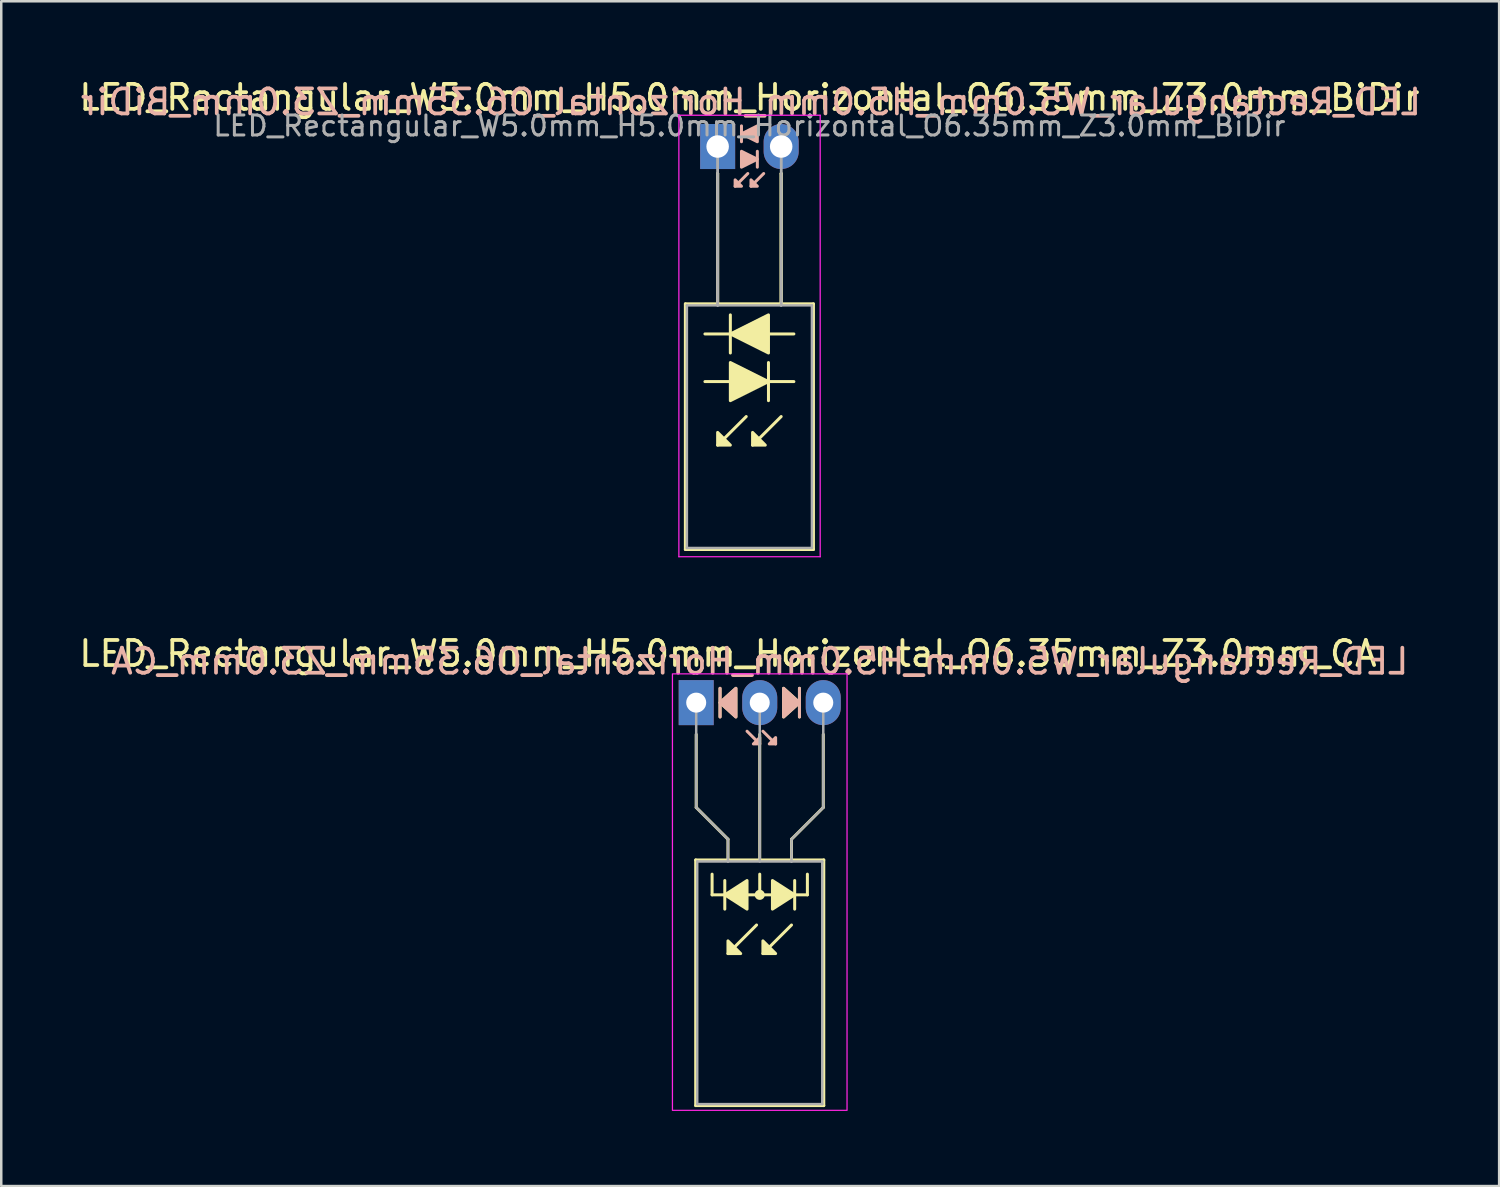
<source format=kicad_pcb>
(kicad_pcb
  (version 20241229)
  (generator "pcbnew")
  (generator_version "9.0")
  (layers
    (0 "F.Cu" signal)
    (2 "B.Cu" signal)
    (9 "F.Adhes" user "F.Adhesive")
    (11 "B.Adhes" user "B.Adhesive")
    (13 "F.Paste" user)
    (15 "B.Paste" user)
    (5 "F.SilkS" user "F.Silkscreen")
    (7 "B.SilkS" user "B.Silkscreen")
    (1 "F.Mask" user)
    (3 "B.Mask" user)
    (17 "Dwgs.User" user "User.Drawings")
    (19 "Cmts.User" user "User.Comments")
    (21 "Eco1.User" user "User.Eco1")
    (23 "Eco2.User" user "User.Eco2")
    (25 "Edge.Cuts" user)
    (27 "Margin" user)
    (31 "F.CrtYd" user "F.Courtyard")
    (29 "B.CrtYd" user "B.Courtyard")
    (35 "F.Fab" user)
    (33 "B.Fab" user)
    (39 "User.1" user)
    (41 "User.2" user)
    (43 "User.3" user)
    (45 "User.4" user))
  (footprint "LED_Rectangular_W5.0mm_H5.0mm_Horizontal_O6.35mm_Z3.0mm_CA"
    (layer "F.Cu")
    (at 24.784 25.041)
    (property "Reference" "LED_Rectangular_W5.0mm_H5.0mm_Horizontal_O6.35mm_Z3.0mm_CA" (at 1.27 -1.96 0) (layer "F.SilkS") (effects (font (size 1 1) (thickness 0.15))))
    (fp_line (start -0.02 6.29) (end -0.02 16.11) (stroke (width 0.12) (type solid)) (layer "F.SilkS"))
    (fp_line (start -0.02 16.11) (end 5.1 16.11) (stroke (width 0.12) (type solid)) (layer "F.SilkS"))
    (fp_line (start 0 1.27) (end 0 4.191) (stroke (width 0.12) (type default)) (layer "F.SilkS"))
    (fp_line (start 0 4.191) (end 1.27 5.461) (stroke (width 0.12) (type default)) (layer "F.SilkS"))
    (fp_line (start 0.635 7.684) (end 0.635 6.858) (stroke (width 0.12) (type default)) (layer "F.SilkS"))
    (fp_line (start 0.635 7.684) (end 4.445 7.684) (stroke (width 0.12) (type default)) (layer "F.SilkS"))
    (fp_line (start 0.953 -0.572) (end 0.953 0.572) (stroke (width 0.12) (type solid)) (layer "F.SilkS"))
    (fp_line (start 1.143 7.112) (end 1.143 8.255) (stroke (width 0.12) (type solid)) (layer "F.SilkS"))
    (fp_line (start 1.27 5.461) (end 1.27 6.29) (stroke (width 0.12) (type default)) (layer "F.SilkS"))
    (fp_line (start 1.27 6.29) (end 1.27 6.29) (stroke (width 0.12) (type solid)) (layer "F.SilkS"))
    (fp_line (start 2.413 8.89) (end 1.27 10.033) (stroke (width 0.12) (type solid)) (layer "F.SilkS"))
    (fp_line (start 2.54 6.29) (end 2.54 1.27) (stroke (width 0.12) (type default)) (layer "F.SilkS"))
    (fp_line (start 2.54 7.684) (end 2.54 6.858) (stroke (width 0.12) (type default)) (layer "F.SilkS"))
    (fp_line (start 3.81 5.461) (end 3.81 6.29) (stroke (width 0.12) (type default)) (layer "F.SilkS"))
    (fp_line (start 3.81 6.29) (end 3.81 6.29) (stroke (width 0.12) (type solid)) (layer "F.SilkS"))
    (fp_line (start 3.81 8.89) (end 2.667 10.033) (stroke (width 0.12) (type solid)) (layer "F.SilkS"))
    (fp_line (start 3.937 8.255) (end 3.937 7.112) (stroke (width 0.12) (type solid)) (layer "F.SilkS"))
    (fp_line (start 4.128 0.572) (end 4.128 -0.572) (stroke (width 0.12) (type solid)) (layer "F.SilkS"))
    (fp_line (start 4.445 7.684) (end 4.445 6.858) (stroke (width 0.12) (type default)) (layer "F.SilkS"))
    (fp_line (start 5.08 1.27) (end 5.08 4.191) (stroke (width 0.12) (type default)) (layer "F.SilkS"))
    (fp_line (start 5.08 4.191) (end 3.81 5.461) (stroke (width 0.12) (type default)) (layer "F.SilkS"))
    (fp_line (start 5.1 6.29) (end -0.02 6.29) (stroke (width 0.12) (type solid)) (layer "F.SilkS"))
    (fp_line (start 5.1 16.11) (end 5.1 6.29) (stroke (width 0.12) (type solid)) (layer "F.SilkS"))
    (fp_circle (center 2.54 7.684) (end 2.682 7.684) (stroke (width 0.12) (type solid)) (fill yes) (layer "F.SilkS"))
    (fp_poly (pts (xy 1.27 9.525) (xy 1.778 10.033) (xy 1.27 10.033)) (stroke (width 0.12) (type solid)) (fill yes) (layer "F.SilkS"))
    (fp_poly (pts (xy 1.587 0.572) (xy 0.953 0) (xy 1.587 -0.572)) (stroke (width 0.12) (type solid)) (fill yes) (layer "F.SilkS"))
    (fp_poly (pts (xy 2.032 8.255) (xy 1.143 7.684) (xy 2.032 7.112)) (stroke (width 0.12) (type solid)) (fill yes) (layer "F.SilkS"))
    (fp_poly (pts (xy 2.667 9.525) (xy 3.175 10.033) (xy 2.667 10.033)) (stroke (width 0.12) (type solid)) (fill yes) (layer "F.SilkS"))
    (fp_poly (pts (xy 3.048 7.112) (xy 3.937 7.684) (xy 3.048 8.255)) (stroke (width 0.12) (type solid)) (fill yes) (layer "F.SilkS"))
    (fp_poly (pts (xy 3.493 -0.572) (xy 4.128 0) (xy 3.493 0.572)) (stroke (width 0.12) (type solid)) (fill yes) (layer "F.SilkS"))
    (fp_line (start 0.953 -0.572) (end 0.953 0.572) (stroke (width 0.12) (type solid)) (layer "B.SilkS"))
    (fp_line (start 2.54 1.651) (end 2.032 1.143) (stroke (width 0.12) (type solid)) (layer "B.SilkS"))
    (fp_line (start 3.175 1.651) (end 2.667 1.143) (stroke (width 0.12) (type solid)) (layer "B.SilkS"))
    (fp_line (start 4.128 0.572) (end 4.128 -0.572) (stroke (width 0.12) (type solid)) (layer "B.SilkS"))
    (fp_poly (pts (xy 1.587 0.572) (xy 0.953 0) (xy 1.587 -0.572)) (stroke (width 0.12) (type solid)) (fill yes) (layer "B.SilkS"))
    (fp_poly (pts (xy 2.54 1.397) (xy 2.286 1.651) (xy 2.54 1.651)) (stroke (width 0.12) (type solid)) (fill yes) (layer "B.SilkS"))
    (fp_poly (pts (xy 3.175 1.397) (xy 2.921 1.651) (xy 3.175 1.651)) (stroke (width 0.12) (type solid)) (fill yes) (layer "B.SilkS"))
    (fp_poly (pts (xy 3.493 0.572) (xy 4.128 0) (xy 3.493 -0.572)) (stroke (width 0.12) (type solid)) (fill yes) (layer "B.SilkS"))
    (fp_rect (start -0.95 -1.15) (end 6.03 16.3) (stroke (width 0.05) (type default)) (fill no) (layer "F.CrtYd"))
    (fp_line (start 0 0) (end 0 0) (stroke (width 0.1) (type solid)) (layer "F.Fab"))
    (fp_line (start 0 4.191) (end 0 0) (stroke (width 0.1) (type default)) (layer "F.Fab"))
    (fp_line (start 0.04 6.35) (end 0.04 16.05) (stroke (width 0.1) (type solid)) (layer "F.Fab"))
    (fp_line (start 0.04 16.05) (end 5.04 16.05) (stroke (width 0.1) (type solid)) (layer "F.Fab"))
    (fp_line (start 1.27 5.461) (end 0 4.191) (stroke (width 0.1) (type default)) (layer "F.Fab"))
    (fp_line (start 1.27 5.461) (end 1.27 6.35) (stroke (width 0.1) (type default)) (layer "F.Fab"))
    (fp_line (start 1.27 6.35) (end 1.27 6.35) (stroke (width 0.1) (type solid)) (layer "F.Fab"))
    (fp_line (start 2.54 0) (end 2.54 0) (stroke (width 0.1) (type solid)) (layer "F.Fab"))
    (fp_line (start 2.54 0) (end 2.54 6.35) (stroke (width 0.1) (type default)) (layer "F.Fab"))
    (fp_line (start 3.81 5.461) (end 3.81 6.35) (stroke (width 0.1) (type default)) (layer "F.Fab"))
    (fp_line (start 3.81 5.461) (end 5.08 4.191) (stroke (width 0.1) (type default)) (layer "F.Fab"))
    (fp_line (start 3.81 6.35) (end 3.81 6.35) (stroke (width 0.1) (type solid)) (layer "F.Fab"))
    (fp_line (start 5.04 6.35) (end 0.04 6.35) (stroke (width 0.1) (type solid)) (layer "F.Fab"))
    (fp_line (start 5.04 16.05) (end 5.04 6.35) (stroke (width 0.1) (type solid)) (layer "F.Fab"))
    (fp_line (start 5.08 4.191) (end 5.08 0) (stroke (width 0.1) (type default)) (layer "F.Fab"))
    (fp_text user "${REFERENCE}" (at 2.54 -1.651 0) (layer "B.SilkS") (effects (font (size 1 1) (thickness 0.15)) (justify mirror)))
    (pad "1" thru_hole rect (at 0 0) (size 1.4 1.8) (drill 0.8) (layers "*.Cu" "*.Mask"))
    (pad "2" thru_hole oval (at 2.54 0) (size 1.4 1.8) (drill 0.8) (layers "*.Cu" "*.Mask"))
    (pad "3" thru_hole oval (at 5.08 0) (size 1.4 1.8) (drill 0.8) (layers "*.Cu" "*.Mask")))
  (footprint "LED_Rectangular_W5.0mm_H5.0mm_Horizontal_O6.35mm_Z3.0mm_BiDir"
    (layer "F.Cu")
    (at 25.641 2.808)
    (property "Reference" "LED_Rectangular_W5.0mm_H5.0mm_Horizontal_O6.35mm_Z3.0mm_BiDir" (at 1.27 -1.96 0) (layer "F.SilkS") (effects (font (size 1 1) (thickness 0.15))))
    (fp_line (start -1.29 6.29) (end -1.29 16.11) (stroke (width 0.12) (type solid)) (layer "F.SilkS"))
    (fp_line (start -1.29 16.11) (end 3.83 16.11) (stroke (width 0.12) (type solid)) (layer "F.SilkS"))
    (fp_line (start -0.508 9.398) (end 0.508 9.398) (stroke (width 0.12) (type solid)) (layer "F.SilkS"))
    (fp_line (start 0 1.08) (end 0 1.08) (stroke (width 0.12) (type solid)) (layer "F.SilkS"))
    (fp_line (start 0 1.08) (end 0 6.29) (stroke (width 0.12) (type solid)) (layer "F.SilkS"))
    (fp_line (start 0 6.29) (end 0 1.08) (stroke (width 0.12) (type solid)) (layer "F.SilkS"))
    (fp_line (start 0 6.29) (end 0 6.29) (stroke (width 0.12) (type solid)) (layer "F.SilkS"))
    (fp_line (start 0.508 6.731) (end 0.508 8.255) (stroke (width 0.12) (type solid)) (layer "F.SilkS"))
    (fp_line (start 0.508 7.493) (end -0.508 7.493) (stroke (width 0.12) (type solid)) (layer "F.SilkS"))
    (fp_line (start 1.143 10.795) (end 0 11.938) (stroke (width 0.12) (type solid)) (layer "F.SilkS"))
    (fp_line (start 2.032 9.398) (end 3.048 9.398) (stroke (width 0.12) (type solid)) (layer "F.SilkS"))
    (fp_line (start 2.032 10.16) (end 2.032 8.636) (stroke (width 0.12) (type solid)) (layer "F.SilkS"))
    (fp_line (start 2.54 1.08) (end 2.54 1.08) (stroke (width 0.12) (type solid)) (layer "F.SilkS"))
    (fp_line (start 2.54 1.08) (end 2.54 6.29) (stroke (width 0.12) (type solid)) (layer "F.SilkS"))
    (fp_line (start 2.54 6.29) (end 2.54 1.08) (stroke (width 0.12) (type solid)) (layer "F.SilkS"))
    (fp_line (start 2.54 6.29) (end 2.54 6.29) (stroke (width 0.12) (type solid)) (layer "F.SilkS"))
    (fp_line (start 2.54 10.795) (end 1.397 11.938) (stroke (width 0.12) (type solid)) (layer "F.SilkS"))
    (fp_line (start 3.048 7.493) (end 2.032 7.493) (stroke (width 0.12) (type solid)) (layer "F.SilkS"))
    (fp_line (start 3.83 6.29) (end -1.29 6.29) (stroke (width 0.12) (type solid)) (layer "F.SilkS"))
    (fp_line (start 3.83 16.11) (end 3.83 6.29) (stroke (width 0.12) (type solid)) (layer "F.SilkS"))
    (fp_poly (pts (xy 0 11.43) (xy 0.508 11.938) (xy 0 11.938)) (stroke (width 0.12) (type solid)) (fill yes) (layer "F.SilkS"))
    (fp_poly (pts (xy 0.508 8.636) (xy 2.032 9.398) (xy 0.508 10.16)) (stroke (width 0.12) (type solid)) (fill yes) (layer "F.SilkS"))
    (fp_poly (pts (xy 1.397 11.43) (xy 1.905 11.938) (xy 1.397 11.938)) (stroke (width 0.12) (type solid)) (fill yes) (layer "F.SilkS"))
    (fp_poly (pts (xy 2.032 8.255) (xy 0.508 7.493) (xy 2.032 6.731)) (stroke (width 0.12) (type solid)) (fill yes) (layer "F.SilkS"))
    (fp_line (start 0.953 -0.826) (end 0.953 -0.191) (stroke (width 0.12) (type solid)) (layer "B.SilkS"))
    (fp_line (start 1.206 1.079) (end 0.699 1.587) (stroke (width 0.12) (type solid)) (layer "B.SilkS"))
    (fp_line (start 1.587 0.826) (end 1.587 0.191) (stroke (width 0.12) (type solid)) (layer "B.SilkS"))
    (fp_line (start 1.841 1.079) (end 1.333 1.587) (stroke (width 0.12) (type solid)) (layer "B.SilkS"))
    (fp_poly (pts (xy 0.699 1.333) (xy 0.953 1.587) (xy 0.699 1.587)) (stroke (width 0.12) (type solid)) (fill yes) (layer "B.SilkS"))
    (fp_poly (pts (xy 0.953 0.191) (xy 1.587 0.508) (xy 0.953 0.826)) (stroke (width 0.12) (type solid)) (fill yes) (layer "B.SilkS"))
    (fp_poly (pts (xy 1.333 1.333) (xy 1.587 1.587) (xy 1.333 1.587)) (stroke (width 0.12) (type solid)) (fill yes) (layer "B.SilkS"))
    (fp_poly (pts (xy 1.587 -0.191) (xy 0.953 -0.508) (xy 1.587 -0.826)) (stroke (width 0.12) (type solid)) (fill yes) (layer "B.SilkS"))
    (fp_line (start -1.55 -1.25) (end -1.55 16.4) (stroke (width 0.05) (type solid)) (layer "F.CrtYd"))
    (fp_line (start -1.55 16.4) (end 4.1 16.4) (stroke (width 0.05) (type solid)) (layer "F.CrtYd"))
    (fp_line (start 4.1 -1.25) (end -1.55 -1.25) (stroke (width 0.05) (type solid)) (layer "F.CrtYd"))
    (fp_line (start 4.1 16.4) (end 4.1 -1.25) (stroke (width 0.05) (type solid)) (layer "F.CrtYd"))
    (fp_line (start -1.23 6.35) (end -1.23 16.05) (stroke (width 0.1) (type solid)) (layer "F.Fab"))
    (fp_line (start -1.23 16.05) (end 3.77 16.05) (stroke (width 0.1) (type solid)) (layer "F.Fab"))
    (fp_line (start 0 0) (end 0 0) (stroke (width 0.1) (type solid)) (layer "F.Fab"))
    (fp_line (start 0 0) (end 0 6.35) (stroke (width 0.1) (type solid)) (layer "F.Fab"))
    (fp_line (start 0 6.35) (end 0 0) (stroke (width 0.1) (type solid)) (layer "F.Fab"))
    (fp_line (start 0 6.35) (end 0 6.35) (stroke (width 0.1) (type solid)) (layer "F.Fab"))
    (fp_line (start 2.54 0) (end 2.54 0) (stroke (width 0.1) (type solid)) (layer "F.Fab"))
    (fp_line (start 2.54 0) (end 2.54 6.35) (stroke (width 0.1) (type solid)) (layer "F.Fab"))
    (fp_line (start 2.54 6.35) (end 2.54 0) (stroke (width 0.1) (type solid)) (layer "F.Fab"))
    (fp_line (start 2.54 6.35) (end 2.54 6.35) (stroke (width 0.1) (type solid)) (layer "F.Fab"))
    (fp_line (start 3.77 6.35) (end -1.23 6.35) (stroke (width 0.1) (type solid)) (layer "F.Fab"))
    (fp_line (start 3.77 16.05) (end 3.77 6.35) (stroke (width 0.1) (type solid)) (layer "F.Fab"))
    (fp_text user "${REFERENCE}" (at 1.333 -1.778 0) (layer "B.SilkS") (effects (font (size 1 1) (thickness 0.15)) (justify mirror)))
    (fp_text user "${REFERENCE}" (at 1.27 -0.826 0) (layer "F.Fab") (effects (font (size 0.8 0.8) (thickness 0.12))))
    (pad "1" thru_hole rect (at 0 0) (size 1.4 1.8) (drill 0.9) (layers "*.Cu" "*.Mask"))
    (pad "2" thru_hole oval (at 2.54 0) (size 1.4 1.8) (drill 0.9) (layers "*.Cu" "*.Mask")))
  (gr_rect
    (start -3 -3)
    (end 56.885 44.367)
    (stroke (width 0.1) (type default))
    (fill no)
    (layer "Edge.Cuts")))
</source>
